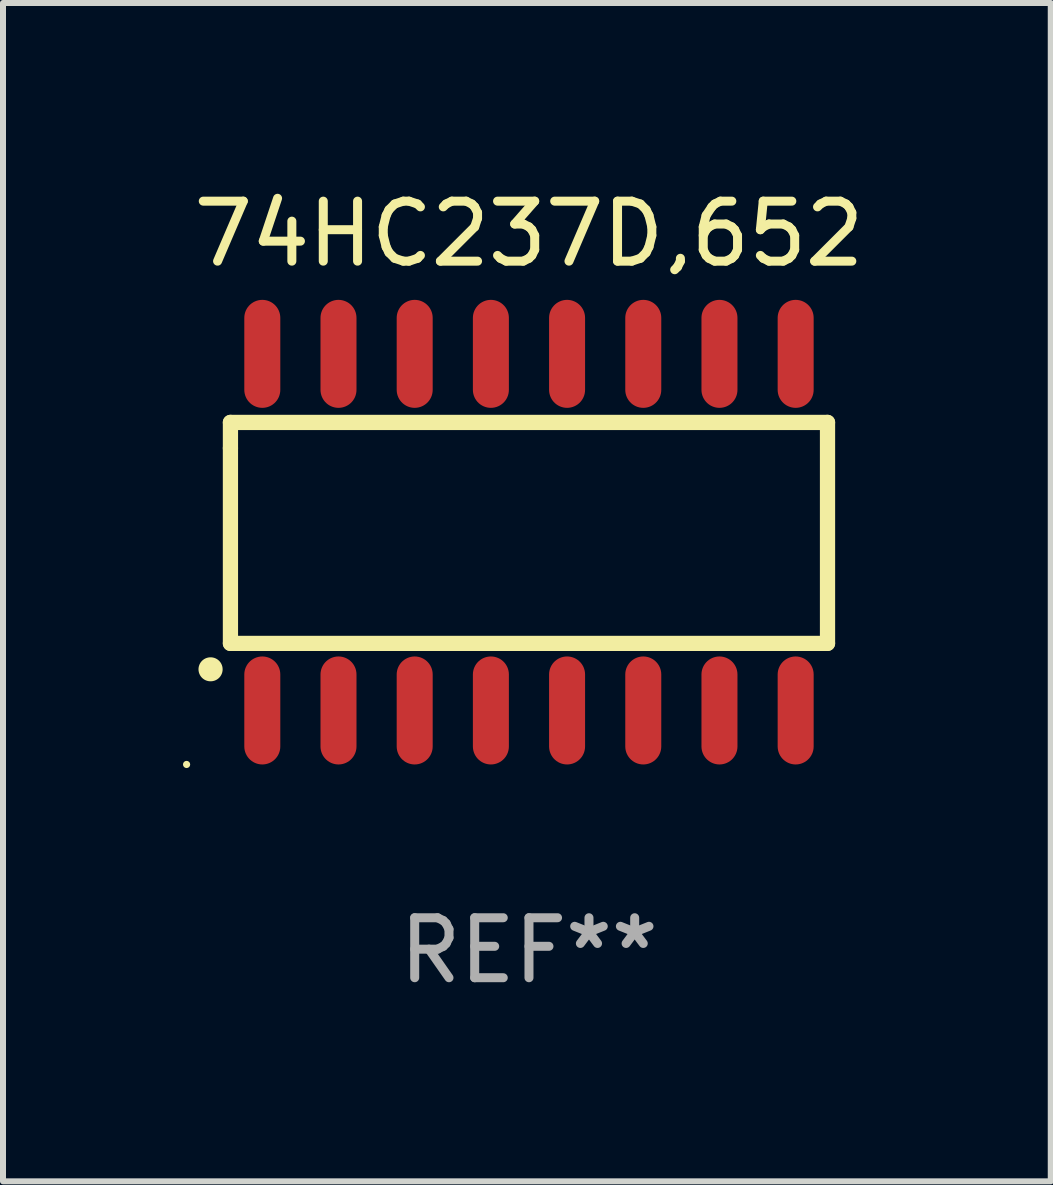
<source format=kicad_pcb>
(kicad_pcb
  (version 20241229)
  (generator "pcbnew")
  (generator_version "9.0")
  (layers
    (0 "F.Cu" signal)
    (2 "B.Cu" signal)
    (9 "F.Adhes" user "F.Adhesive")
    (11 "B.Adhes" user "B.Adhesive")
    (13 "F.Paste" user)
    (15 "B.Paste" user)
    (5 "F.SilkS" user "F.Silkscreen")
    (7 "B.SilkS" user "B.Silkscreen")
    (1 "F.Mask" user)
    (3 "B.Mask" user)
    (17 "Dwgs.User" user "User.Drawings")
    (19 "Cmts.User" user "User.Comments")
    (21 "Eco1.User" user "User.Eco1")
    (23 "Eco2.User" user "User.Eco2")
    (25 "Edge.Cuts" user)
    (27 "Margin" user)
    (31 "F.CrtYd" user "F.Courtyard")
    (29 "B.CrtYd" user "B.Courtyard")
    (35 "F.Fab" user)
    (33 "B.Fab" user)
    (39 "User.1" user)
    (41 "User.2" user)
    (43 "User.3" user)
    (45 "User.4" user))
  (footprint "74HC237D,652"
    (layer "F.Cu")
    (at 5.767 5.82)
    (property "Reference" "74HC237D,652" (at 0 -4.972 0) (layer "F.SilkS") (effects (font (size 1 1) (thickness 0.15))))
    (attr through_hole)
    (fp_line (start -4.976 -1.829) (end -4.976 -1.4) (stroke (width 0.254) (type solid)) (layer "F.SilkS"))
    (fp_line (start -4.976 -1.4) (end -4.976 1.854) (stroke (width 0.254) (type solid)) (layer "F.SilkS"))
    (fp_line (start -4.976 1.854) (end 4.976 1.854) (stroke (width 0.254) (type solid)) (layer "F.SilkS"))
    (fp_line (start 4.976 -1.829) (end -4.976 -1.829) (stroke (width 0.254) (type solid)) (layer "F.SilkS"))
    (fp_line (start 4.976 1.854) (end 4.976 -1.829) (stroke (width 0.254) (type solid)) (layer "F.SilkS"))
    (fp_arc (start -5.308611 2.286005) (mid -5.307341 2.286001) (end -5.306071 2.286005) (stroke (width 0.4) (type solid)) (layer "F.SilkS"))
    (fp_circle (center -5.707 3.872) (end -5.677 3.872) (stroke (width 0.06) (type solid)) (fill no) (layer "F.SilkS"))
    (fp_text user "REF**" (at 0 6.972 0) (layer "F.Fab") (effects (font (size 1 1) (thickness 0.15))))
    (pad "1" smd oval (at -4.445 2.972 180) (size 0.6 1.8) (layers "F.Cu" "F.Mask" "F.Paste"))
    (pad "2" smd oval (at -3.175 2.972 180) (size 0.6 1.8) (layers "F.Cu" "F.Mask" "F.Paste"))
    (pad "3" smd oval (at -1.905 2.972 180) (size 0.6 1.8) (layers "F.Cu" "F.Mask" "F.Paste"))
    (pad "4" smd oval (at -0.635 2.972 180) (size 0.6 1.8) (layers "F.Cu" "F.Mask" "F.Paste"))
    (pad "5" smd oval (at 0.635 2.972 180) (size 0.6 1.8) (layers "F.Cu" "F.Mask" "F.Paste"))
    (pad "6" smd oval (at 1.905 2.972 180) (size 0.6 1.8) (layers "F.Cu" "F.Mask" "F.Paste"))
    (pad "7" smd oval (at 3.175 2.972 180) (size 0.6 1.8) (layers "F.Cu" "F.Mask" "F.Paste"))
    (pad "8" smd oval (at 4.445 2.972 180) (size 0.6 1.8) (layers "F.Cu" "F.Mask" "F.Paste"))
    (pad "9" smd oval (at 4.445 -2.972 180) (size 0.6 1.8) (layers "F.Cu" "F.Mask" "F.Paste"))
    (pad "10" smd oval (at 3.175 -2.972 180) (size 0.6 1.8) (layers "F.Cu" "F.Mask" "F.Paste"))
    (pad "11" smd oval (at 1.905 -2.972 180) (size 0.6 1.8) (layers "F.Cu" "F.Mask" "F.Paste"))
    (pad "12" smd oval (at 0.635 -2.972 180) (size 0.6 1.8) (layers "F.Cu" "F.Mask" "F.Paste"))
    (pad "13" smd oval (at -0.635 -2.972 180) (size 0.6 1.8) (layers "F.Cu" "F.Mask" "F.Paste"))
    (pad "14" smd oval (at -1.905 -2.972 180) (size 0.6 1.8) (layers "F.Cu" "F.Mask" "F.Paste"))
    (pad "15" smd oval (at -3.175 -2.972 180) (size 0.6 1.8) (layers "F.Cu" "F.Mask" "F.Paste"))
    (pad "16" smd oval (at -4.445 -2.972 180) (size 0.6 1.8) (layers "F.Cu" "F.Mask" "F.Paste")))
  (gr_rect
    (start -3 -3)
    (end 14.464 16.64)
    (stroke (width 0.1) (type default))
    (fill no)
    (layer "Edge.Cuts")))
</source>
